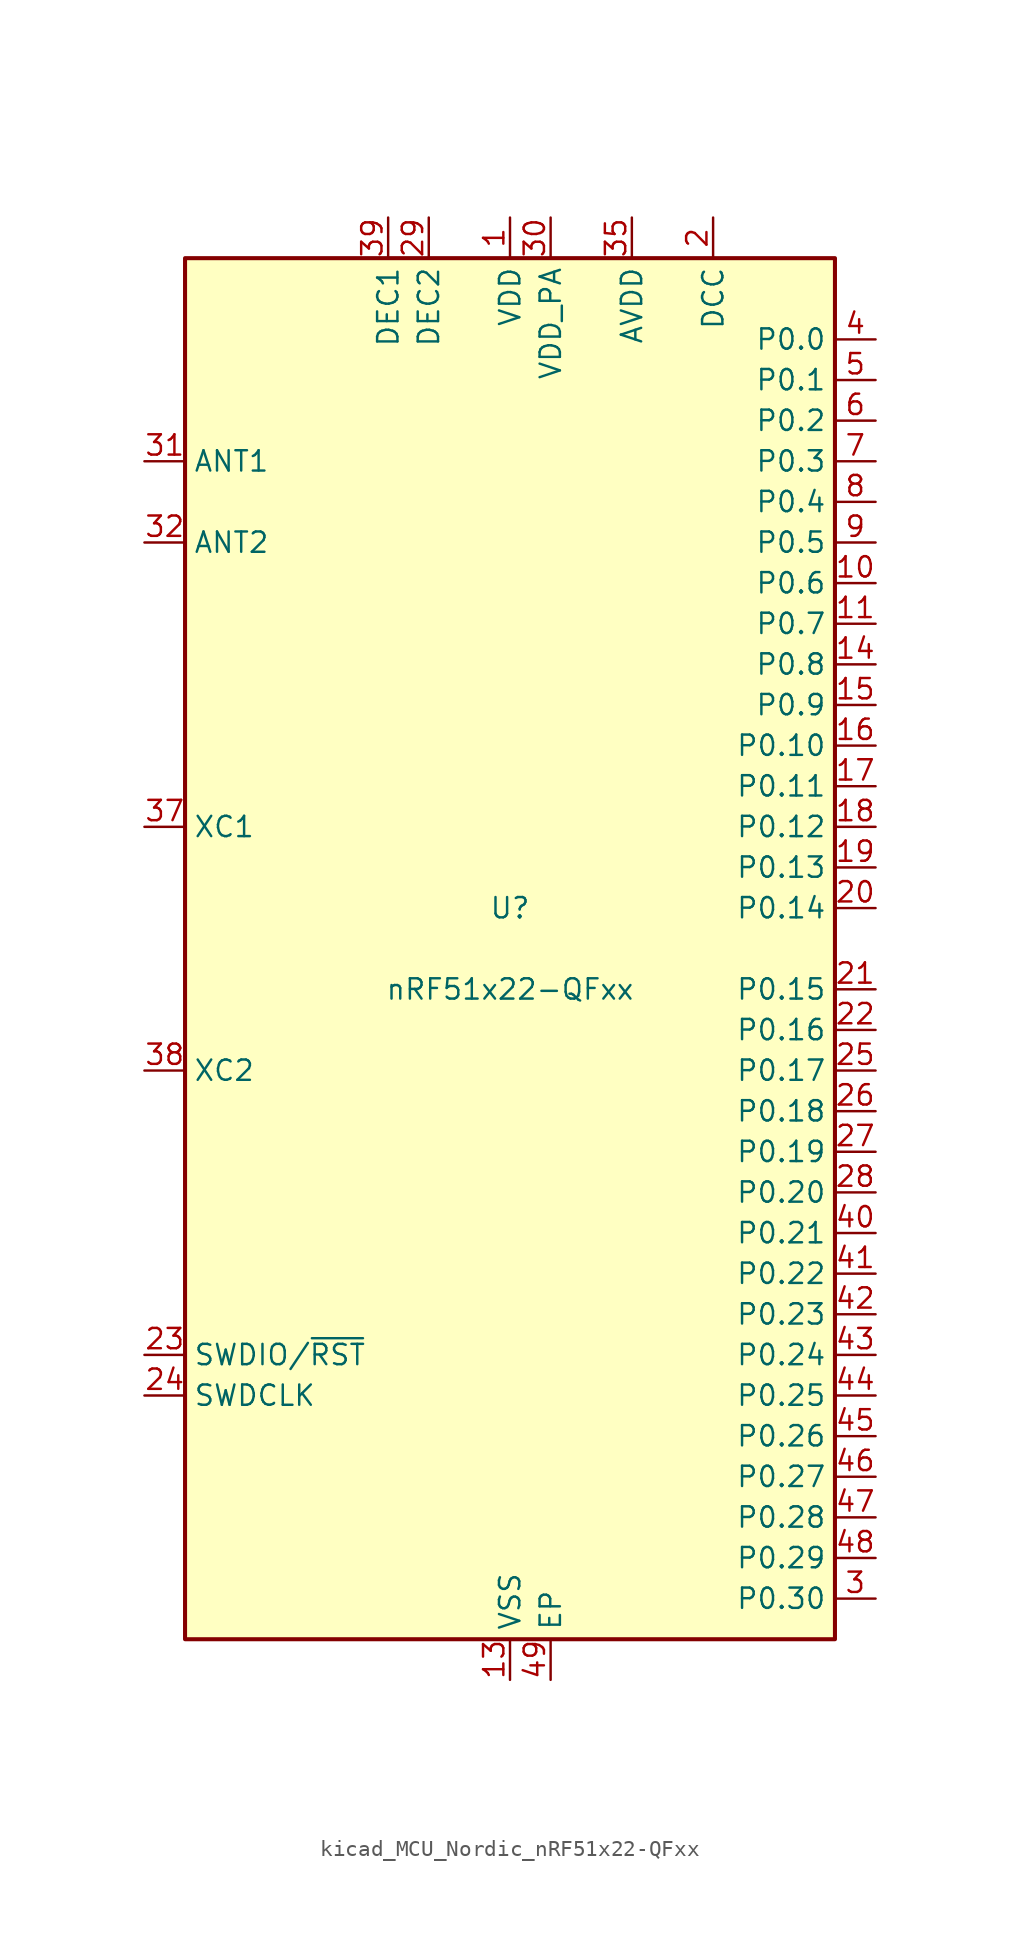
<source format=kicad_sym>
(kicad_symbol_lib
  (version 20220914)
  (generator kicad_symbol_editor)
  (symbol "kicad_MCU_Nordic_nRF51x22-QFxx"
    (property "Reference" "U"
      (at 0 2.54 0)
      (effects (font (size 1.27 1.27))))
    (property "Value" "nRF51x22-QFxx"
      (at 0 -2.54 0)
      (effects (font (size 1.27 1.27))))
    (symbol "kicad_MCU_Nordic_nRF51x22-QFxx_0_1"
      (rectangle (start -20.32 43.18) (end 20.32 -43.18) (stroke (width 0.254) (type default)) (fill (type background))))
    (symbol "kicad_MCU_Nordic_nRF51x22-QFxx_1_1"
      (pin power_in line (at 0 45.72 270) (length 2.54) (name "VDD" (effects (font (size 1.27 1.27)))) (number "1" (effects (font (size 1.27 1.27)))))
      (pin bidirectional line (at 22.86 22.86 180) (length 2.54) (name "P0.6" (effects (font (size 1.27 1.27)))) (number "10" (effects (font (size 1.27 1.27)))))
      (pin bidirectional line (at 22.86 20.32 180) (length 2.54) (name "P0.7" (effects (font (size 1.27 1.27)))) (number "11" (effects (font (size 1.27 1.27)))))
      (pin passive line (at 0 45.72 270) (length 2.54) hide (name "VDD" (effects (font (size 1.27 1.27)))) (number "12" (effects (font (size 1.27 1.27)))))
      (pin power_in line (at 0 -45.72 90) (length 2.54) (name "VSS" (effects (font (size 1.27 1.27)))) (number "13" (effects (font (size 1.27 1.27)))))
      (pin bidirectional line (at 22.86 17.78 180) (length 2.54) (name "P0.8" (effects (font (size 1.27 1.27)))) (number "14" (effects (font (size 1.27 1.27)))))
      (pin bidirectional line (at 22.86 15.24 180) (length 2.54) (name "P0.9" (effects (font (size 1.27 1.27)))) (number "15" (effects (font (size 1.27 1.27)))))
      (pin bidirectional line (at 22.86 12.7 180) (length 2.54) (name "P0.10" (effects (font (size 1.27 1.27)))) (number "16" (effects (font (size 1.27 1.27)))))
      (pin bidirectional line (at 22.86 10.16 180) (length 2.54) (name "P0.11" (effects (font (size 1.27 1.27)))) (number "17" (effects (font (size 1.27 1.27)))))
      (pin bidirectional line (at 22.86 7.62 180) (length 2.54) (name "P0.12" (effects (font (size 1.27 1.27)))) (number "18" (effects (font (size 1.27 1.27)))))
      (pin bidirectional line (at 22.86 5.08 180) (length 2.54) (name "P0.13" (effects (font (size 1.27 1.27)))) (number "19" (effects (font (size 1.27 1.27)))))
      (pin power_out line (at 12.7 45.72 270) (length 2.54) (name "DCC" (effects (font (size 1.27 1.27)))) (number "2" (effects (font (size 1.27 1.27)))))
      (pin bidirectional line (at 22.86 2.54 180) (length 2.54) (name "P0.14" (effects (font (size 1.27 1.27)))) (number "20" (effects (font (size 1.27 1.27)))))
      (pin bidirectional line (at 22.86 -2.54 180) (length 2.54) (name "P0.15" (effects (font (size 1.27 1.27)))) (number "21" (effects (font (size 1.27 1.27)))))
      (pin bidirectional line (at 22.86 -5.08 180) (length 2.54) (name "P0.16" (effects (font (size 1.27 1.27)))) (number "22" (effects (font (size 1.27 1.27)))))
      (pin bidirectional line (at -22.86 -25.4 0) (length 2.54) (name "SWDIO/~{RST}" (effects (font (size 1.27 1.27)))) (number "23" (effects (font (size 1.27 1.27)))))
      (pin input line (at -22.86 -27.94 0) (length 2.54) (name "SWDCLK" (effects (font (size 1.27 1.27)))) (number "24" (effects (font (size 1.27 1.27)))))
      (pin bidirectional line (at 22.86 -7.62 180) (length 2.54) (name "P0.17" (effects (font (size 1.27 1.27)))) (number "25" (effects (font (size 1.27 1.27)))))
      (pin bidirectional line (at 22.86 -10.16 180) (length 2.54) (name "P0.18" (effects (font (size 1.27 1.27)))) (number "26" (effects (font (size 1.27 1.27)))))
      (pin bidirectional line (at 22.86 -12.7 180) (length 2.54) (name "P0.19" (effects (font (size 1.27 1.27)))) (number "27" (effects (font (size 1.27 1.27)))))
      (pin bidirectional line (at 22.86 -15.24 180) (length 2.54) (name "P0.20" (effects (font (size 1.27 1.27)))) (number "28" (effects (font (size 1.27 1.27)))))
      (pin passive line (at -5.08 45.72 270) (length 2.54) (name "DEC2" (effects (font (size 1.27 1.27)))) (number "29" (effects (font (size 1.27 1.27)))))
      (pin bidirectional line (at 22.86 -40.64 180) (length 2.54) (name "P0.30" (effects (font (size 1.27 1.27)))) (number "3" (effects (font (size 1.27 1.27)))))
      (pin power_out line (at 2.54 45.72 270) (length 2.54) (name "VDD_PA" (effects (font (size 1.27 1.27)))) (number "30" (effects (font (size 1.27 1.27)))))
      (pin output line (at -22.86 30.48 0) (length 2.54) (name "ANT1" (effects (font (size 1.27 1.27)))) (number "31" (effects (font (size 1.27 1.27)))))
      (pin output line (at -22.86 25.4 0) (length 2.54) (name "ANT2" (effects (font (size 1.27 1.27)))) (number "32" (effects (font (size 1.27 1.27)))))
      (pin passive line (at 0 -45.72 90) (length 2.54) hide (name "VSS" (effects (font (size 1.27 1.27)))) (number "33" (effects (font (size 1.27 1.27)))))
      (pin passive line (at 0 -45.72 90) (length 2.54) hide (name "VSS" (effects (font (size 1.27 1.27)))) (number "34" (effects (font (size 1.27 1.27)))))
      (pin power_in line (at 7.62 45.72 270) (length 2.54) (name "AVDD" (effects (font (size 1.27 1.27)))) (number "35" (effects (font (size 1.27 1.27)))))
      (pin passive line (at 7.62 45.72 270) (length 2.54) hide (name "AVDD" (effects (font (size 1.27 1.27)))) (number "36" (effects (font (size 1.27 1.27)))))
      (pin input line (at -22.86 7.62 0) (length 2.54) (name "XC1" (effects (font (size 1.27 1.27)))) (number "37" (effects (font (size 1.27 1.27)))))
      (pin input line (at -22.86 -7.62 0) (length 2.54) (name "XC2" (effects (font (size 1.27 1.27)))) (number "38" (effects (font (size 1.27 1.27)))))
      (pin passive line (at -7.62 45.72 270) (length 2.54) (name "DEC1" (effects (font (size 1.27 1.27)))) (number "39" (effects (font (size 1.27 1.27)))))
      (pin bidirectional line (at 22.86 38.1 180) (length 2.54) (name "P0.0" (effects (font (size 1.27 1.27)))) (number "4" (effects (font (size 1.27 1.27)))))
      (pin bidirectional line (at 22.86 -17.78 180) (length 2.54) (name "P0.21" (effects (font (size 1.27 1.27)))) (number "40" (effects (font (size 1.27 1.27)))))
      (pin bidirectional line (at 22.86 -20.32 180) (length 2.54) (name "P0.22" (effects (font (size 1.27 1.27)))) (number "41" (effects (font (size 1.27 1.27)))))
      (pin bidirectional line (at 22.86 -22.86 180) (length 2.54) (name "P0.23" (effects (font (size 1.27 1.27)))) (number "42" (effects (font (size 1.27 1.27)))))
      (pin bidirectional line (at 22.86 -25.4 180) (length 2.54) (name "P0.24" (effects (font (size 1.27 1.27)))) (number "43" (effects (font (size 1.27 1.27)))))
      (pin bidirectional line (at 22.86 -27.94 180) (length 2.54) (name "P0.25" (effects (font (size 1.27 1.27)))) (number "44" (effects (font (size 1.27 1.27)))))
      (pin bidirectional line (at 22.86 -30.48 180) (length 2.54) (name "P0.26" (effects (font (size 1.27 1.27)))) (number "45" (effects (font (size 1.27 1.27)))))
      (pin bidirectional line (at 22.86 -33.02 180) (length 2.54) (name "P0.27" (effects (font (size 1.27 1.27)))) (number "46" (effects (font (size 1.27 1.27)))))
      (pin bidirectional line (at 22.86 -35.56 180) (length 2.54) (name "P0.28" (effects (font (size 1.27 1.27)))) (number "47" (effects (font (size 1.27 1.27)))))
      (pin bidirectional line (at 22.86 -38.1 180) (length 2.54) (name "P0.29" (effects (font (size 1.27 1.27)))) (number "48" (effects (font (size 1.27 1.27)))))
      (pin power_in line (at 2.54 -45.72 90) (length 2.54) (name "EP" (effects (font (size 1.27 1.27)))) (number "49" (effects (font (size 1.27 1.27)))))
      (pin bidirectional line (at 22.86 35.56 180) (length 2.54) (name "P0.1" (effects (font (size 1.27 1.27)))) (number "5" (effects (font (size 1.27 1.27)))))
      (pin bidirectional line (at 22.86 33.02 180) (length 2.54) (name "P0.2" (effects (font (size 1.27 1.27)))) (number "6" (effects (font (size 1.27 1.27)))))
      (pin bidirectional line (at 22.86 30.48 180) (length 2.54) (name "P0.3" (effects (font (size 1.27 1.27)))) (number "7" (effects (font (size 1.27 1.27)))))
      (pin bidirectional line (at 22.86 27.94 180) (length 2.54) (name "P0.4" (effects (font (size 1.27 1.27)))) (number "8" (effects (font (size 1.27 1.27)))))
      (pin bidirectional line (at 22.86 25.4 180) (length 2.54) (name "P0.5" (effects (font (size 1.27 1.27)))) (number "9" (effects (font (size 1.27 1.27))))))))
</source>
